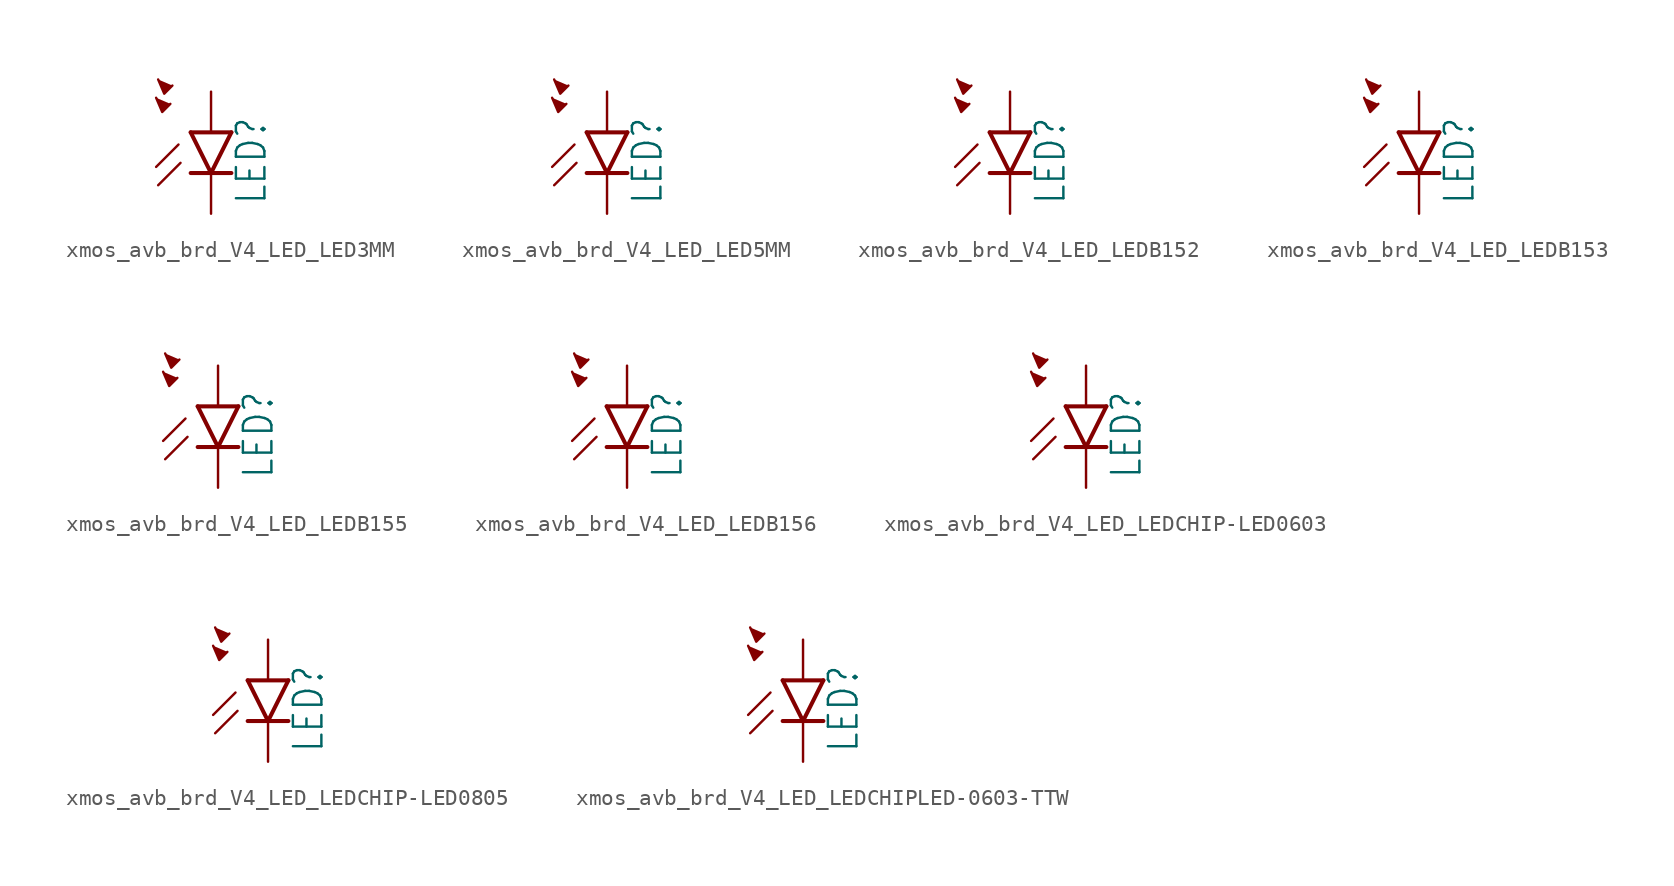
<source format=kicad_sym>
(kicad_symbol_lib
  (version 20241209)
  (generator "kicad_symbol_editor")
  (generator_version "9.0")
  (symbol "xmos_avb_brd_V4_LED_LED3MM"
    (property "Reference" "LED"
      (at 3.556 -4.572 90)
      (effects (font (size 1.778 1.511)) (justify left bottom)))
    (property "Value" ""
      (at 5.715 -4.572 90)
      (effects (font (size 1.778 1.511)) (justify left bottom)))
    (property "ki_locked" ""
      (at 0 0 0)
      (effects (font (size 1.27 1.27))))
    (symbol "xmos_avb_brd_V4_LED_LED3MM_1_0"
      (polyline (pts (xy -3.429 2.159) (xy -3.048 1.27) (xy -2.54 1.778)) (stroke (width 0.152) (type solid)) (fill (type outline)))
      (polyline (pts (xy -3.302 3.302) (xy -2.921 2.413) (xy -2.413 2.921)) (stroke (width 0.152) (type solid)) (fill (type outline)))
      (polyline (pts (xy -2.032 -0.762) (xy -3.429 -2.159)) (stroke (width 0.152) (type solid)) (fill (type none)))
      (polyline (pts (xy -1.905 -1.905) (xy -3.302 -3.302)) (stroke (width 0.152) (type solid)) (fill (type none)))
      (polyline (pts (xy 0 -2.54) (xy -1.27 0)) (stroke (width 0.254) (type solid)) (fill (type none)))
      (polyline (pts (xy 0 -2.54) (xy -1.27 -2.54)) (stroke (width 0.254) (type solid)) (fill (type none)))
      (polyline (pts (xy 1.27 0) (xy -1.27 0)) (stroke (width 0.254) (type solid)) (fill (type none)))
      (polyline (pts (xy 1.27 0) (xy 0 -2.54)) (stroke (width 0.254) (type solid)) (fill (type none)))
      (polyline (pts (xy 1.27 -2.54) (xy 0 -2.54)) (stroke (width 0.254) (type solid)) (fill (type none)))
      (pin passive line (at 0 2.54 270) (length 2.54) (name "A" (effects (font (size 0 0)))) (number "A" (effects (font (size 0 0)))))
      (pin passive line (at 0 -5.08 90) (length 2.54) (name "C" (effects (font (size 0 0)))) (number "K" (effects (font (size 0 0)))))))
  (symbol "xmos_avb_brd_V4_LED_LED5MM"
    (property "Reference" "LED"
      (at 3.556 -4.572 90)
      (effects (font (size 1.778 1.511)) (justify left bottom)))
    (property "Value" ""
      (at 5.715 -4.572 90)
      (effects (font (size 1.778 1.511)) (justify left bottom)))
    (property "ki_locked" ""
      (at 0 0 0)
      (effects (font (size 1.27 1.27))))
    (symbol "xmos_avb_brd_V4_LED_LED5MM_1_0"
      (polyline (pts (xy -3.429 2.159) (xy -3.048 1.27) (xy -2.54 1.778)) (stroke (width 0.152) (type solid)) (fill (type outline)))
      (polyline (pts (xy -3.302 3.302) (xy -2.921 2.413) (xy -2.413 2.921)) (stroke (width 0.152) (type solid)) (fill (type outline)))
      (polyline (pts (xy -2.032 -0.762) (xy -3.429 -2.159)) (stroke (width 0.152) (type solid)) (fill (type none)))
      (polyline (pts (xy -1.905 -1.905) (xy -3.302 -3.302)) (stroke (width 0.152) (type solid)) (fill (type none)))
      (polyline (pts (xy 0 -2.54) (xy -1.27 0)) (stroke (width 0.254) (type solid)) (fill (type none)))
      (polyline (pts (xy 0 -2.54) (xy -1.27 -2.54)) (stroke (width 0.254) (type solid)) (fill (type none)))
      (polyline (pts (xy 1.27 0) (xy -1.27 0)) (stroke (width 0.254) (type solid)) (fill (type none)))
      (polyline (pts (xy 1.27 0) (xy 0 -2.54)) (stroke (width 0.254) (type solid)) (fill (type none)))
      (polyline (pts (xy 1.27 -2.54) (xy 0 -2.54)) (stroke (width 0.254) (type solid)) (fill (type none)))
      (pin passive line (at 0 2.54 270) (length 2.54) (name "A" (effects (font (size 0 0)))) (number "A" (effects (font (size 0 0)))))
      (pin passive line (at 0 -5.08 90) (length 2.54) (name "C" (effects (font (size 0 0)))) (number "K" (effects (font (size 0 0)))))))
  (symbol "xmos_avb_brd_V4_LED_LEDB152"
    (property "Reference" "LED"
      (at 3.556 -4.572 90)
      (effects (font (size 1.778 1.511)) (justify left bottom)))
    (property "Value" ""
      (at 5.715 -4.572 90)
      (effects (font (size 1.778 1.511)) (justify left bottom)))
    (property "ki_locked" ""
      (at 0 0 0)
      (effects (font (size 1.27 1.27))))
    (symbol "xmos_avb_brd_V4_LED_LEDB152_1_0"
      (polyline (pts (xy -3.429 2.159) (xy -3.048 1.27) (xy -2.54 1.778)) (stroke (width 0.152) (type solid)) (fill (type outline)))
      (polyline (pts (xy -3.302 3.302) (xy -2.921 2.413) (xy -2.413 2.921)) (stroke (width 0.152) (type solid)) (fill (type outline)))
      (polyline (pts (xy -2.032 -0.762) (xy -3.429 -2.159)) (stroke (width 0.152) (type solid)) (fill (type none)))
      (polyline (pts (xy -1.905 -1.905) (xy -3.302 -3.302)) (stroke (width 0.152) (type solid)) (fill (type none)))
      (polyline (pts (xy 0 -2.54) (xy -1.27 0)) (stroke (width 0.254) (type solid)) (fill (type none)))
      (polyline (pts (xy 0 -2.54) (xy -1.27 -2.54)) (stroke (width 0.254) (type solid)) (fill (type none)))
      (polyline (pts (xy 1.27 0) (xy -1.27 0)) (stroke (width 0.254) (type solid)) (fill (type none)))
      (polyline (pts (xy 1.27 0) (xy 0 -2.54)) (stroke (width 0.254) (type solid)) (fill (type none)))
      (polyline (pts (xy 1.27 -2.54) (xy 0 -2.54)) (stroke (width 0.254) (type solid)) (fill (type none)))
      (pin passive line (at 0 2.54 270) (length 2.54) (name "A" (effects (font (size 0 0)))) (number "A" (effects (font (size 0 0)))))
      (pin passive line (at 0 -5.08 90) (length 2.54) (name "C" (effects (font (size 0 0)))) (number "K" (effects (font (size 0 0)))))))
  (symbol "xmos_avb_brd_V4_LED_LEDB153"
    (property "Reference" "LED"
      (at 3.556 -4.572 90)
      (effects (font (size 1.778 1.511)) (justify left bottom)))
    (property "Value" ""
      (at 5.715 -4.572 90)
      (effects (font (size 1.778 1.511)) (justify left bottom)))
    (property "ki_locked" ""
      (at 0 0 0)
      (effects (font (size 1.27 1.27))))
    (symbol "xmos_avb_brd_V4_LED_LEDB153_1_0"
      (polyline (pts (xy -3.429 2.159) (xy -3.048 1.27) (xy -2.54 1.778)) (stroke (width 0.152) (type solid)) (fill (type outline)))
      (polyline (pts (xy -3.302 3.302) (xy -2.921 2.413) (xy -2.413 2.921)) (stroke (width 0.152) (type solid)) (fill (type outline)))
      (polyline (pts (xy -2.032 -0.762) (xy -3.429 -2.159)) (stroke (width 0.152) (type solid)) (fill (type none)))
      (polyline (pts (xy -1.905 -1.905) (xy -3.302 -3.302)) (stroke (width 0.152) (type solid)) (fill (type none)))
      (polyline (pts (xy 0 -2.54) (xy -1.27 0)) (stroke (width 0.254) (type solid)) (fill (type none)))
      (polyline (pts (xy 0 -2.54) (xy -1.27 -2.54)) (stroke (width 0.254) (type solid)) (fill (type none)))
      (polyline (pts (xy 1.27 0) (xy -1.27 0)) (stroke (width 0.254) (type solid)) (fill (type none)))
      (polyline (pts (xy 1.27 0) (xy 0 -2.54)) (stroke (width 0.254) (type solid)) (fill (type none)))
      (polyline (pts (xy 1.27 -2.54) (xy 0 -2.54)) (stroke (width 0.254) (type solid)) (fill (type none)))
      (pin passive line (at 0 2.54 270) (length 2.54) (name "A" (effects (font (size 0 0)))) (number "A" (effects (font (size 0 0)))))
      (pin passive line (at 0 -5.08 90) (length 2.54) (name "C" (effects (font (size 0 0)))) (number "K" (effects (font (size 0 0)))))))
  (symbol "xmos_avb_brd_V4_LED_LEDB155"
    (property "Reference" "LED"
      (at 3.556 -4.572 90)
      (effects (font (size 1.778 1.511)) (justify left bottom)))
    (property "Value" ""
      (at 5.715 -4.572 90)
      (effects (font (size 1.778 1.511)) (justify left bottom)))
    (property "ki_locked" ""
      (at 0 0 0)
      (effects (font (size 1.27 1.27))))
    (symbol "xmos_avb_brd_V4_LED_LEDB155_1_0"
      (polyline (pts (xy -3.429 2.159) (xy -3.048 1.27) (xy -2.54 1.778)) (stroke (width 0.152) (type solid)) (fill (type outline)))
      (polyline (pts (xy -3.302 3.302) (xy -2.921 2.413) (xy -2.413 2.921)) (stroke (width 0.152) (type solid)) (fill (type outline)))
      (polyline (pts (xy -2.032 -0.762) (xy -3.429 -2.159)) (stroke (width 0.152) (type solid)) (fill (type none)))
      (polyline (pts (xy -1.905 -1.905) (xy -3.302 -3.302)) (stroke (width 0.152) (type solid)) (fill (type none)))
      (polyline (pts (xy 0 -2.54) (xy -1.27 0)) (stroke (width 0.254) (type solid)) (fill (type none)))
      (polyline (pts (xy 0 -2.54) (xy -1.27 -2.54)) (stroke (width 0.254) (type solid)) (fill (type none)))
      (polyline (pts (xy 1.27 0) (xy -1.27 0)) (stroke (width 0.254) (type solid)) (fill (type none)))
      (polyline (pts (xy 1.27 0) (xy 0 -2.54)) (stroke (width 0.254) (type solid)) (fill (type none)))
      (polyline (pts (xy 1.27 -2.54) (xy 0 -2.54)) (stroke (width 0.254) (type solid)) (fill (type none)))
      (pin passive line (at 0 2.54 270) (length 2.54) (name "A" (effects (font (size 0 0)))) (number "A" (effects (font (size 0 0)))))
      (pin passive line (at 0 -5.08 90) (length 2.54) (name "C" (effects (font (size 0 0)))) (number "K" (effects (font (size 0 0)))))))
  (symbol "xmos_avb_brd_V4_LED_LEDB156"
    (property "Reference" "LED"
      (at 3.556 -4.572 90)
      (effects (font (size 1.778 1.511)) (justify left bottom)))
    (property "Value" ""
      (at 5.715 -4.572 90)
      (effects (font (size 1.778 1.511)) (justify left bottom)))
    (property "ki_locked" ""
      (at 0 0 0)
      (effects (font (size 1.27 1.27))))
    (symbol "xmos_avb_brd_V4_LED_LEDB156_1_0"
      (polyline (pts (xy -3.429 2.159) (xy -3.048 1.27) (xy -2.54 1.778)) (stroke (width 0.152) (type solid)) (fill (type outline)))
      (polyline (pts (xy -3.302 3.302) (xy -2.921 2.413) (xy -2.413 2.921)) (stroke (width 0.152) (type solid)) (fill (type outline)))
      (polyline (pts (xy -2.032 -0.762) (xy -3.429 -2.159)) (stroke (width 0.152) (type solid)) (fill (type none)))
      (polyline (pts (xy -1.905 -1.905) (xy -3.302 -3.302)) (stroke (width 0.152) (type solid)) (fill (type none)))
      (polyline (pts (xy 0 -2.54) (xy -1.27 0)) (stroke (width 0.254) (type solid)) (fill (type none)))
      (polyline (pts (xy 0 -2.54) (xy -1.27 -2.54)) (stroke (width 0.254) (type solid)) (fill (type none)))
      (polyline (pts (xy 1.27 0) (xy -1.27 0)) (stroke (width 0.254) (type solid)) (fill (type none)))
      (polyline (pts (xy 1.27 0) (xy 0 -2.54)) (stroke (width 0.254) (type solid)) (fill (type none)))
      (polyline (pts (xy 1.27 -2.54) (xy 0 -2.54)) (stroke (width 0.254) (type solid)) (fill (type none)))
      (pin passive line (at 0 2.54 270) (length 2.54) (name "A" (effects (font (size 0 0)))) (number "A" (effects (font (size 0 0)))))
      (pin passive line (at 0 -5.08 90) (length 2.54) (name "C" (effects (font (size 0 0)))) (number "K" (effects (font (size 0 0)))))))
  (symbol "xmos_avb_brd_V4_LED_LEDCHIP-LED0603"
    (property "Reference" "LED"
      (at 3.556 -4.572 90)
      (effects (font (size 1.778 1.511)) (justify left bottom)))
    (property "Value" ""
      (at 5.715 -4.572 90)
      (effects (font (size 1.778 1.511)) (justify left bottom)))
    (property "ki_locked" ""
      (at 0 0 0)
      (effects (font (size 1.27 1.27))))
    (symbol "xmos_avb_brd_V4_LED_LEDCHIP-LED0603_1_0"
      (polyline (pts (xy -3.429 2.159) (xy -3.048 1.27) (xy -2.54 1.778)) (stroke (width 0.152) (type solid)) (fill (type outline)))
      (polyline (pts (xy -3.302 3.302) (xy -2.921 2.413) (xy -2.413 2.921)) (stroke (width 0.152) (type solid)) (fill (type outline)))
      (polyline (pts (xy -2.032 -0.762) (xy -3.429 -2.159)) (stroke (width 0.152) (type solid)) (fill (type none)))
      (polyline (pts (xy -1.905 -1.905) (xy -3.302 -3.302)) (stroke (width 0.152) (type solid)) (fill (type none)))
      (polyline (pts (xy 0 -2.54) (xy -1.27 0)) (stroke (width 0.254) (type solid)) (fill (type none)))
      (polyline (pts (xy 0 -2.54) (xy -1.27 -2.54)) (stroke (width 0.254) (type solid)) (fill (type none)))
      (polyline (pts (xy 1.27 0) (xy -1.27 0)) (stroke (width 0.254) (type solid)) (fill (type none)))
      (polyline (pts (xy 1.27 0) (xy 0 -2.54)) (stroke (width 0.254) (type solid)) (fill (type none)))
      (polyline (pts (xy 1.27 -2.54) (xy 0 -2.54)) (stroke (width 0.254) (type solid)) (fill (type none)))
      (pin passive line (at 0 2.54 270) (length 2.54) (name "A" (effects (font (size 0 0)))) (number "A" (effects (font (size 0 0)))))
      (pin passive line (at 0 -5.08 90) (length 2.54) (name "C" (effects (font (size 0 0)))) (number "C" (effects (font (size 0 0)))))))
  (symbol "xmos_avb_brd_V4_LED_LEDCHIP-LED0805"
    (property "Reference" "LED"
      (at 3.556 -4.572 90)
      (effects (font (size 1.778 1.511)) (justify left bottom)))
    (property "Value" ""
      (at 5.715 -4.572 90)
      (effects (font (size 1.778 1.511)) (justify left bottom)))
    (property "ki_locked" ""
      (at 0 0 0)
      (effects (font (size 1.27 1.27))))
    (symbol "xmos_avb_brd_V4_LED_LEDCHIP-LED0805_1_0"
      (polyline (pts (xy -3.429 2.159) (xy -3.048 1.27) (xy -2.54 1.778)) (stroke (width 0.152) (type solid)) (fill (type outline)))
      (polyline (pts (xy -3.302 3.302) (xy -2.921 2.413) (xy -2.413 2.921)) (stroke (width 0.152) (type solid)) (fill (type outline)))
      (polyline (pts (xy -2.032 -0.762) (xy -3.429 -2.159)) (stroke (width 0.152) (type solid)) (fill (type none)))
      (polyline (pts (xy -1.905 -1.905) (xy -3.302 -3.302)) (stroke (width 0.152) (type solid)) (fill (type none)))
      (polyline (pts (xy 0 -2.54) (xy -1.27 0)) (stroke (width 0.254) (type solid)) (fill (type none)))
      (polyline (pts (xy 0 -2.54) (xy -1.27 -2.54)) (stroke (width 0.254) (type solid)) (fill (type none)))
      (polyline (pts (xy 1.27 0) (xy -1.27 0)) (stroke (width 0.254) (type solid)) (fill (type none)))
      (polyline (pts (xy 1.27 0) (xy 0 -2.54)) (stroke (width 0.254) (type solid)) (fill (type none)))
      (polyline (pts (xy 1.27 -2.54) (xy 0 -2.54)) (stroke (width 0.254) (type solid)) (fill (type none)))
      (pin passive line (at 0 2.54 270) (length 2.54) (name "A" (effects (font (size 0 0)))) (number "A" (effects (font (size 0 0)))))
      (pin passive line (at 0 -5.08 90) (length 2.54) (name "C" (effects (font (size 0 0)))) (number "C" (effects (font (size 0 0)))))))
  (symbol "xmos_avb_brd_V4_LED_LEDCHIPLED-0603-TTW"
    (property "Reference" "LED"
      (at 3.556 -4.572 90)
      (effects (font (size 1.778 1.511)) (justify left bottom)))
    (property "Value" ""
      (at 5.715 -4.572 90)
      (effects (font (size 1.778 1.511)) (justify left bottom)))
    (property "ki_locked" ""
      (at 0 0 0)
      (effects (font (size 1.27 1.27))))
    (symbol "xmos_avb_brd_V4_LED_LEDCHIPLED-0603-TTW_1_0"
      (polyline (pts (xy -3.429 2.159) (xy -3.048 1.27) (xy -2.54 1.778)) (stroke (width 0.152) (type solid)) (fill (type outline)))
      (polyline (pts (xy -3.302 3.302) (xy -2.921 2.413) (xy -2.413 2.921)) (stroke (width 0.152) (type solid)) (fill (type outline)))
      (polyline (pts (xy -2.032 -0.762) (xy -3.429 -2.159)) (stroke (width 0.152) (type solid)) (fill (type none)))
      (polyline (pts (xy -1.905 -1.905) (xy -3.302 -3.302)) (stroke (width 0.152) (type solid)) (fill (type none)))
      (polyline (pts (xy 0 -2.54) (xy -1.27 0)) (stroke (width 0.254) (type solid)) (fill (type none)))
      (polyline (pts (xy 0 -2.54) (xy -1.27 -2.54)) (stroke (width 0.254) (type solid)) (fill (type none)))
      (polyline (pts (xy 1.27 0) (xy -1.27 0)) (stroke (width 0.254) (type solid)) (fill (type none)))
      (polyline (pts (xy 1.27 0) (xy 0 -2.54)) (stroke (width 0.254) (type solid)) (fill (type none)))
      (polyline (pts (xy 1.27 -2.54) (xy 0 -2.54)) (stroke (width 0.254) (type solid)) (fill (type none)))
      (pin passive line (at 0 2.54 270) (length 2.54) (name "A" (effects (font (size 0 0)))) (number "A@1" (effects (font (size 0 0)))))
      (pin passive line (at 0 -5.08 90) (length 2.54) (name "C" (effects (font (size 0 0)))) (number "C@1" (effects (font (size 0 0))))))))
</source>
